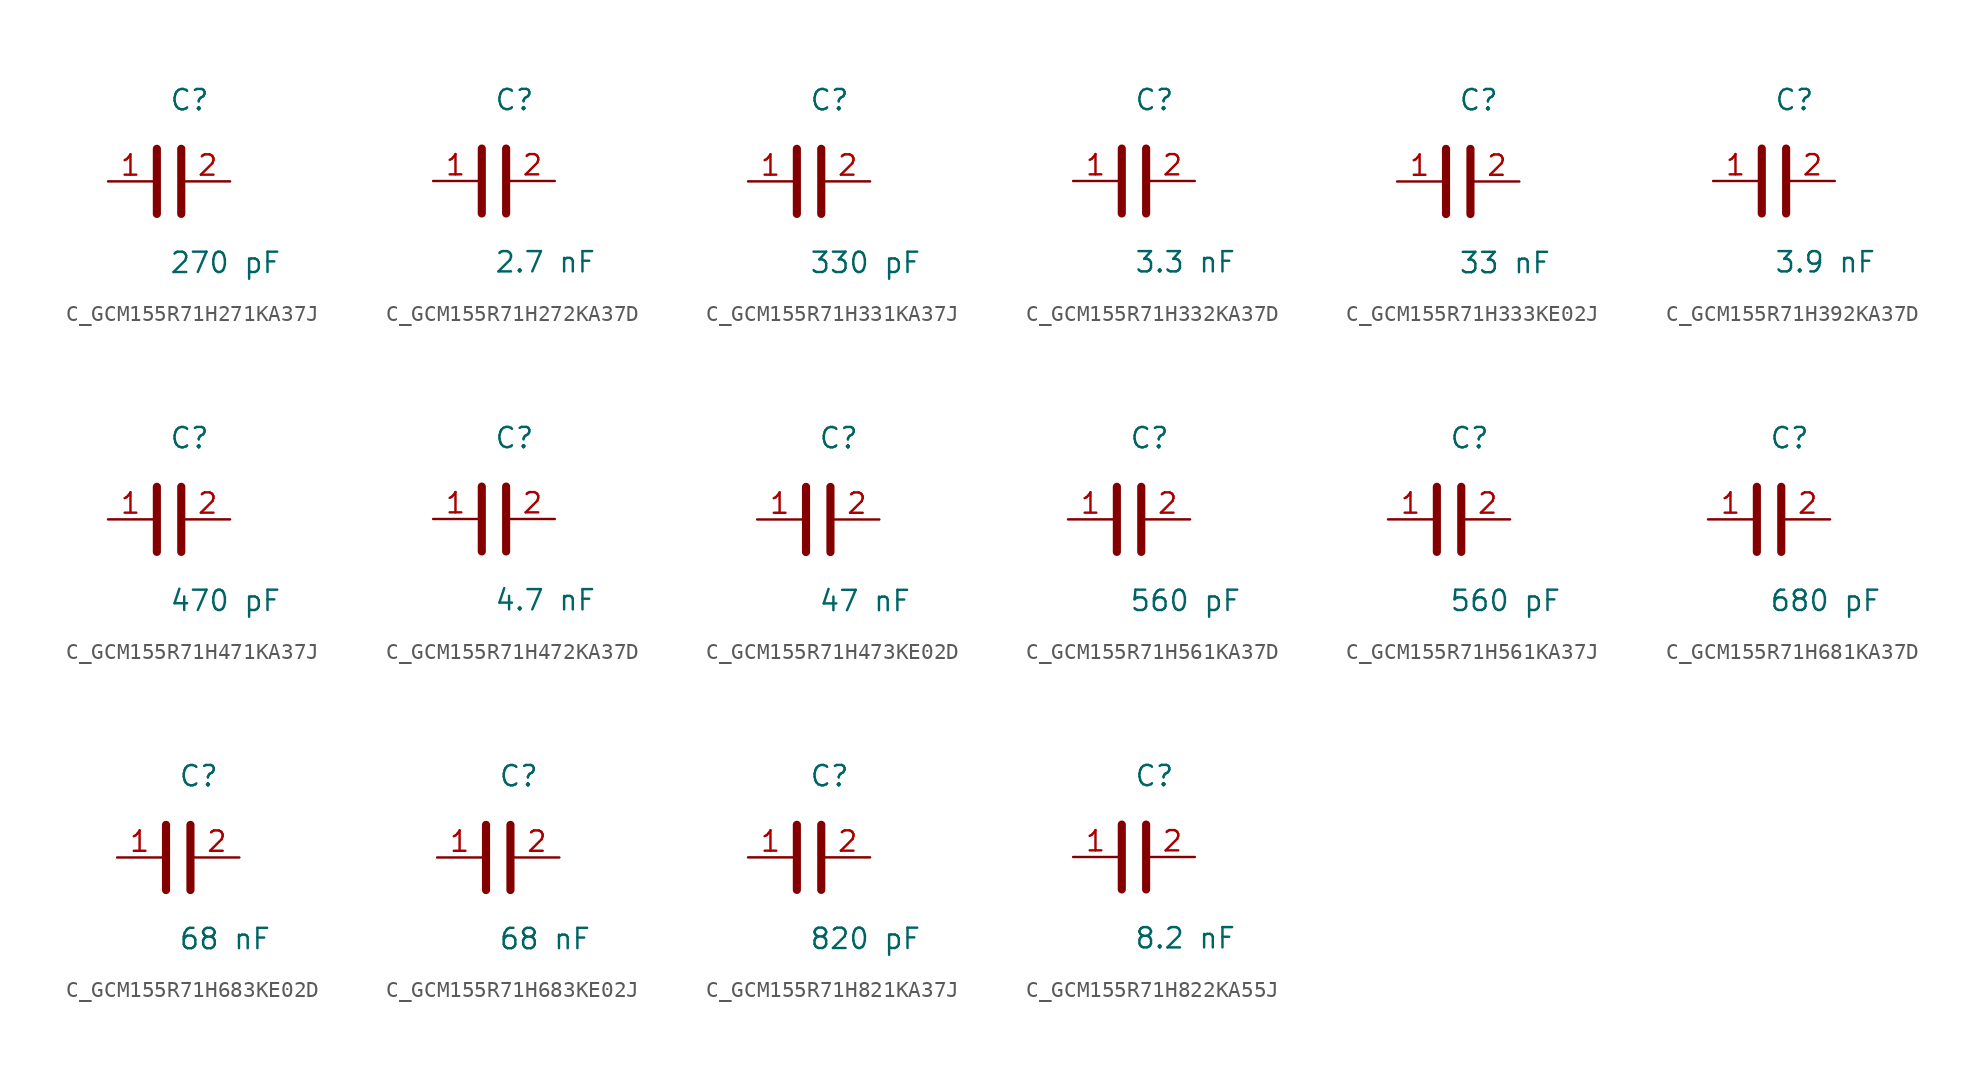
<source format=kicad_sym>
(kicad_symbol_lib
  (version 20231120)
  (generator kicad_symbol_editor)
  (generator_version 8.0)
  (symbol "C_GCM155R71H271KA37J"
    (pin_names
      (offset 0.254))
    (property "Reference" "C"
      (at 0.0 5.08 0)
      (effects (font (size 1.27 1.27)) (justify left)))
    (property "Value" "270 pF"
      (at 0.0 -5.08 0)
      (effects (font (size 1.27 1.27)) (justify left)))
    (symbol "C_GCM155R71H271KA37J_0_1"
      (polyline (pts (xy -0.762 -2.032) (xy -0.762 2.032)) (stroke (width 0.508) (type default)) (fill (type none)))
      (polyline (pts (xy 0.762 -2.032) (xy 0.762 2.032)) (stroke (width 0.508) (type default)) (fill (type none))))
    (pin unspecified line
      (at -3.81 0 0)
      (length 2.8)
      (name "" (effects (font (size 1.27 1.27))))
      (number "1" (effects (font (size 1.27 1.27)))))
    (pin unspecified line
      (at 3.81 0 180)
      (length 2.8)
      (name "" (effects (font (size 1.27 1.27))))
      (number "2" (effects (font (size 1.27 1.27))))))
  (symbol "C_GCM155R71H272KA37D"
    (pin_names
      (offset 0.254))
    (property "Reference" "C"
      (at 0.0 5.08 0)
      (effects (font (size 1.27 1.27)) (justify left)))
    (property "Value" "2.7 nF"
      (at 0.0 -5.08 0)
      (effects (font (size 1.27 1.27)) (justify left)))
    (symbol "C_GCM155R71H272KA37D_0_1"
      (polyline (pts (xy -0.762 -2.032) (xy -0.762 2.032)) (stroke (width 0.508) (type default)) (fill (type none)))
      (polyline (pts (xy 0.762 -2.032) (xy 0.762 2.032)) (stroke (width 0.508) (type default)) (fill (type none))))
    (pin unspecified line
      (at -3.81 0 0)
      (length 2.8)
      (name "" (effects (font (size 1.27 1.27))))
      (number "1" (effects (font (size 1.27 1.27)))))
    (pin unspecified line
      (at 3.81 0 180)
      (length 2.8)
      (name "" (effects (font (size 1.27 1.27))))
      (number "2" (effects (font (size 1.27 1.27))))))
  (symbol "C_GCM155R71H331KA37J"
    (pin_names
      (offset 0.254))
    (property "Reference" "C"
      (at 0.0 5.08 0)
      (effects (font (size 1.27 1.27)) (justify left)))
    (property "Value" "330 pF"
      (at 0.0 -5.08 0)
      (effects (font (size 1.27 1.27)) (justify left)))
    (symbol "C_GCM155R71H331KA37J_0_1"
      (polyline (pts (xy -0.762 -2.032) (xy -0.762 2.032)) (stroke (width 0.508) (type default)) (fill (type none)))
      (polyline (pts (xy 0.762 -2.032) (xy 0.762 2.032)) (stroke (width 0.508) (type default)) (fill (type none))))
    (pin unspecified line
      (at -3.81 0 0)
      (length 2.8)
      (name "" (effects (font (size 1.27 1.27))))
      (number "1" (effects (font (size 1.27 1.27)))))
    (pin unspecified line
      (at 3.81 0 180)
      (length 2.8)
      (name "" (effects (font (size 1.27 1.27))))
      (number "2" (effects (font (size 1.27 1.27))))))
  (symbol "C_GCM155R71H332KA37D"
    (pin_names
      (offset 0.254))
    (property "Reference" "C"
      (at 0.0 5.08 0)
      (effects (font (size 1.27 1.27)) (justify left)))
    (property "Value" "3.3 nF"
      (at 0.0 -5.08 0)
      (effects (font (size 1.27 1.27)) (justify left)))
    (symbol "C_GCM155R71H332KA37D_0_1"
      (polyline (pts (xy -0.762 -2.032) (xy -0.762 2.032)) (stroke (width 0.508) (type default)) (fill (type none)))
      (polyline (pts (xy 0.762 -2.032) (xy 0.762 2.032)) (stroke (width 0.508) (type default)) (fill (type none))))
    (pin unspecified line
      (at -3.81 0 0)
      (length 2.8)
      (name "" (effects (font (size 1.27 1.27))))
      (number "1" (effects (font (size 1.27 1.27)))))
    (pin unspecified line
      (at 3.81 0 180)
      (length 2.8)
      (name "" (effects (font (size 1.27 1.27))))
      (number "2" (effects (font (size 1.27 1.27))))))
  (symbol "C_GCM155R71H333KE02J"
    (pin_names
      (offset 0.254))
    (property "Reference" "C"
      (at 0.0 5.08 0)
      (effects (font (size 1.27 1.27)) (justify left)))
    (property "Value" "33 nF"
      (at 0.0 -5.08 0)
      (effects (font (size 1.27 1.27)) (justify left)))
    (symbol "C_GCM155R71H333KE02J_0_1"
      (polyline (pts (xy -0.762 -2.032) (xy -0.762 2.032)) (stroke (width 0.508) (type default)) (fill (type none)))
      (polyline (pts (xy 0.762 -2.032) (xy 0.762 2.032)) (stroke (width 0.508) (type default)) (fill (type none))))
    (pin unspecified line
      (at -3.81 0 0)
      (length 2.8)
      (name "" (effects (font (size 1.27 1.27))))
      (number "1" (effects (font (size 1.27 1.27)))))
    (pin unspecified line
      (at 3.81 0 180)
      (length 2.8)
      (name "" (effects (font (size 1.27 1.27))))
      (number "2" (effects (font (size 1.27 1.27))))))
  (symbol "C_GCM155R71H392KA37D"
    (pin_names
      (offset 0.254))
    (property "Reference" "C"
      (at 0.0 5.08 0)
      (effects (font (size 1.27 1.27)) (justify left)))
    (property "Value" "3.9 nF"
      (at 0.0 -5.08 0)
      (effects (font (size 1.27 1.27)) (justify left)))
    (symbol "C_GCM155R71H392KA37D_0_1"
      (polyline (pts (xy -0.762 -2.032) (xy -0.762 2.032)) (stroke (width 0.508) (type default)) (fill (type none)))
      (polyline (pts (xy 0.762 -2.032) (xy 0.762 2.032)) (stroke (width 0.508) (type default)) (fill (type none))))
    (pin unspecified line
      (at -3.81 0 0)
      (length 2.8)
      (name "" (effects (font (size 1.27 1.27))))
      (number "1" (effects (font (size 1.27 1.27)))))
    (pin unspecified line
      (at 3.81 0 180)
      (length 2.8)
      (name "" (effects (font (size 1.27 1.27))))
      (number "2" (effects (font (size 1.27 1.27))))))
  (symbol "C_GCM155R71H471KA37J"
    (pin_names
      (offset 0.254))
    (property "Reference" "C"
      (at 0.0 5.08 0)
      (effects (font (size 1.27 1.27)) (justify left)))
    (property "Value" "470 pF"
      (at 0.0 -5.08 0)
      (effects (font (size 1.27 1.27)) (justify left)))
    (symbol "C_GCM155R71H471KA37J_0_1"
      (polyline (pts (xy -0.762 -2.032) (xy -0.762 2.032)) (stroke (width 0.508) (type default)) (fill (type none)))
      (polyline (pts (xy 0.762 -2.032) (xy 0.762 2.032)) (stroke (width 0.508) (type default)) (fill (type none))))
    (pin unspecified line
      (at -3.81 0 0)
      (length 2.8)
      (name "" (effects (font (size 1.27 1.27))))
      (number "1" (effects (font (size 1.27 1.27)))))
    (pin unspecified line
      (at 3.81 0 180)
      (length 2.8)
      (name "" (effects (font (size 1.27 1.27))))
      (number "2" (effects (font (size 1.27 1.27))))))
  (symbol "C_GCM155R71H472KA37D"
    (pin_names
      (offset 0.254))
    (property "Reference" "C"
      (at 0.0 5.08 0)
      (effects (font (size 1.27 1.27)) (justify left)))
    (property "Value" "4.7 nF"
      (at 0.0 -5.08 0)
      (effects (font (size 1.27 1.27)) (justify left)))
    (symbol "C_GCM155R71H472KA37D_0_1"
      (polyline (pts (xy -0.762 -2.032) (xy -0.762 2.032)) (stroke (width 0.508) (type default)) (fill (type none)))
      (polyline (pts (xy 0.762 -2.032) (xy 0.762 2.032)) (stroke (width 0.508) (type default)) (fill (type none))))
    (pin unspecified line
      (at -3.81 0 0)
      (length 2.8)
      (name "" (effects (font (size 1.27 1.27))))
      (number "1" (effects (font (size 1.27 1.27)))))
    (pin unspecified line
      (at 3.81 0 180)
      (length 2.8)
      (name "" (effects (font (size 1.27 1.27))))
      (number "2" (effects (font (size 1.27 1.27))))))
  (symbol "C_GCM155R71H473KE02D"
    (pin_names
      (offset 0.254))
    (property "Reference" "C"
      (at 0.0 5.08 0)
      (effects (font (size 1.27 1.27)) (justify left)))
    (property "Value" "47 nF"
      (at 0.0 -5.08 0)
      (effects (font (size 1.27 1.27)) (justify left)))
    (symbol "C_GCM155R71H473KE02D_0_1"
      (polyline (pts (xy -0.762 -2.032) (xy -0.762 2.032)) (stroke (width 0.508) (type default)) (fill (type none)))
      (polyline (pts (xy 0.762 -2.032) (xy 0.762 2.032)) (stroke (width 0.508) (type default)) (fill (type none))))
    (pin unspecified line
      (at -3.81 0 0)
      (length 2.8)
      (name "" (effects (font (size 1.27 1.27))))
      (number "1" (effects (font (size 1.27 1.27)))))
    (pin unspecified line
      (at 3.81 0 180)
      (length 2.8)
      (name "" (effects (font (size 1.27 1.27))))
      (number "2" (effects (font (size 1.27 1.27))))))
  (symbol "C_GCM155R71H561KA37D"
    (pin_names
      (offset 0.254))
    (property "Reference" "C"
      (at 0.0 5.08 0)
      (effects (font (size 1.27 1.27)) (justify left)))
    (property "Value" "560 pF"
      (at 0.0 -5.08 0)
      (effects (font (size 1.27 1.27)) (justify left)))
    (symbol "C_GCM155R71H561KA37D_0_1"
      (polyline (pts (xy -0.762 -2.032) (xy -0.762 2.032)) (stroke (width 0.508) (type default)) (fill (type none)))
      (polyline (pts (xy 0.762 -2.032) (xy 0.762 2.032)) (stroke (width 0.508) (type default)) (fill (type none))))
    (pin unspecified line
      (at -3.81 0 0)
      (length 2.8)
      (name "" (effects (font (size 1.27 1.27))))
      (number "1" (effects (font (size 1.27 1.27)))))
    (pin unspecified line
      (at 3.81 0 180)
      (length 2.8)
      (name "" (effects (font (size 1.27 1.27))))
      (number "2" (effects (font (size 1.27 1.27))))))
  (symbol "C_GCM155R71H561KA37J"
    (pin_names
      (offset 0.254))
    (property "Reference" "C"
      (at 0.0 5.08 0)
      (effects (font (size 1.27 1.27)) (justify left)))
    (property "Value" "560 pF"
      (at 0.0 -5.08 0)
      (effects (font (size 1.27 1.27)) (justify left)))
    (symbol "C_GCM155R71H561KA37J_0_1"
      (polyline (pts (xy -0.762 -2.032) (xy -0.762 2.032)) (stroke (width 0.508) (type default)) (fill (type none)))
      (polyline (pts (xy 0.762 -2.032) (xy 0.762 2.032)) (stroke (width 0.508) (type default)) (fill (type none))))
    (pin unspecified line
      (at -3.81 0 0)
      (length 2.8)
      (name "" (effects (font (size 1.27 1.27))))
      (number "1" (effects (font (size 1.27 1.27)))))
    (pin unspecified line
      (at 3.81 0 180)
      (length 2.8)
      (name "" (effects (font (size 1.27 1.27))))
      (number "2" (effects (font (size 1.27 1.27))))))
  (symbol "C_GCM155R71H681KA37D"
    (pin_names
      (offset 0.254))
    (property "Reference" "C"
      (at 0.0 5.08 0)
      (effects (font (size 1.27 1.27)) (justify left)))
    (property "Value" "680 pF"
      (at 0.0 -5.08 0)
      (effects (font (size 1.27 1.27)) (justify left)))
    (symbol "C_GCM155R71H681KA37D_0_1"
      (polyline (pts (xy -0.762 -2.032) (xy -0.762 2.032)) (stroke (width 0.508) (type default)) (fill (type none)))
      (polyline (pts (xy 0.762 -2.032) (xy 0.762 2.032)) (stroke (width 0.508) (type default)) (fill (type none))))
    (pin unspecified line
      (at -3.81 0 0)
      (length 2.8)
      (name "" (effects (font (size 1.27 1.27))))
      (number "1" (effects (font (size 1.27 1.27)))))
    (pin unspecified line
      (at 3.81 0 180)
      (length 2.8)
      (name "" (effects (font (size 1.27 1.27))))
      (number "2" (effects (font (size 1.27 1.27))))))
  (symbol "C_GCM155R71H683KE02D"
    (pin_names
      (offset 0.254))
    (property "Reference" "C"
      (at 0.0 5.08 0)
      (effects (font (size 1.27 1.27)) (justify left)))
    (property "Value" "68 nF"
      (at 0.0 -5.08 0)
      (effects (font (size 1.27 1.27)) (justify left)))
    (symbol "C_GCM155R71H683KE02D_0_1"
      (polyline (pts (xy -0.762 -2.032) (xy -0.762 2.032)) (stroke (width 0.508) (type default)) (fill (type none)))
      (polyline (pts (xy 0.762 -2.032) (xy 0.762 2.032)) (stroke (width 0.508) (type default)) (fill (type none))))
    (pin unspecified line
      (at -3.81 0 0)
      (length 2.8)
      (name "" (effects (font (size 1.27 1.27))))
      (number "1" (effects (font (size 1.27 1.27)))))
    (pin unspecified line
      (at 3.81 0 180)
      (length 2.8)
      (name "" (effects (font (size 1.27 1.27))))
      (number "2" (effects (font (size 1.27 1.27))))))
  (symbol "C_GCM155R71H683KE02J"
    (pin_names
      (offset 0.254))
    (property "Reference" "C"
      (at 0.0 5.08 0)
      (effects (font (size 1.27 1.27)) (justify left)))
    (property "Value" "68 nF"
      (at 0.0 -5.08 0)
      (effects (font (size 1.27 1.27)) (justify left)))
    (symbol "C_GCM155R71H683KE02J_0_1"
      (polyline (pts (xy -0.762 -2.032) (xy -0.762 2.032)) (stroke (width 0.508) (type default)) (fill (type none)))
      (polyline (pts (xy 0.762 -2.032) (xy 0.762 2.032)) (stroke (width 0.508) (type default)) (fill (type none))))
    (pin unspecified line
      (at -3.81 0 0)
      (length 2.8)
      (name "" (effects (font (size 1.27 1.27))))
      (number "1" (effects (font (size 1.27 1.27)))))
    (pin unspecified line
      (at 3.81 0 180)
      (length 2.8)
      (name "" (effects (font (size 1.27 1.27))))
      (number "2" (effects (font (size 1.27 1.27))))))
  (symbol "C_GCM155R71H821KA37J"
    (pin_names
      (offset 0.254))
    (property "Reference" "C"
      (at 0.0 5.08 0)
      (effects (font (size 1.27 1.27)) (justify left)))
    (property "Value" "820 pF"
      (at 0.0 -5.08 0)
      (effects (font (size 1.27 1.27)) (justify left)))
    (symbol "C_GCM155R71H821KA37J_0_1"
      (polyline (pts (xy -0.762 -2.032) (xy -0.762 2.032)) (stroke (width 0.508) (type default)) (fill (type none)))
      (polyline (pts (xy 0.762 -2.032) (xy 0.762 2.032)) (stroke (width 0.508) (type default)) (fill (type none))))
    (pin unspecified line
      (at -3.81 0 0)
      (length 2.8)
      (name "" (effects (font (size 1.27 1.27))))
      (number "1" (effects (font (size 1.27 1.27)))))
    (pin unspecified line
      (at 3.81 0 180)
      (length 2.8)
      (name "" (effects (font (size 1.27 1.27))))
      (number "2" (effects (font (size 1.27 1.27))))))
  (symbol "C_GCM155R71H822KA55J"
    (pin_names
      (offset 0.254))
    (property "Reference" "C"
      (at 0.0 5.08 0)
      (effects (font (size 1.27 1.27)) (justify left)))
    (property "Value" "8.2 nF"
      (at 0.0 -5.08 0)
      (effects (font (size 1.27 1.27)) (justify left)))
    (symbol "C_GCM155R71H822KA55J_0_1"
      (polyline (pts (xy -0.762 -2.032) (xy -0.762 2.032)) (stroke (width 0.508) (type default)) (fill (type none)))
      (polyline (pts (xy 0.762 -2.032) (xy 0.762 2.032)) (stroke (width 0.508) (type default)) (fill (type none))))
    (pin unspecified line
      (at -3.81 0 0)
      (length 2.8)
      (name "" (effects (font (size 1.27 1.27))))
      (number "1" (effects (font (size 1.27 1.27)))))
    (pin unspecified line
      (at 3.81 0 180)
      (length 2.8)
      (name "" (effects (font (size 1.27 1.27))))
      (number "2" (effects (font (size 1.27 1.27)))))))
</source>
